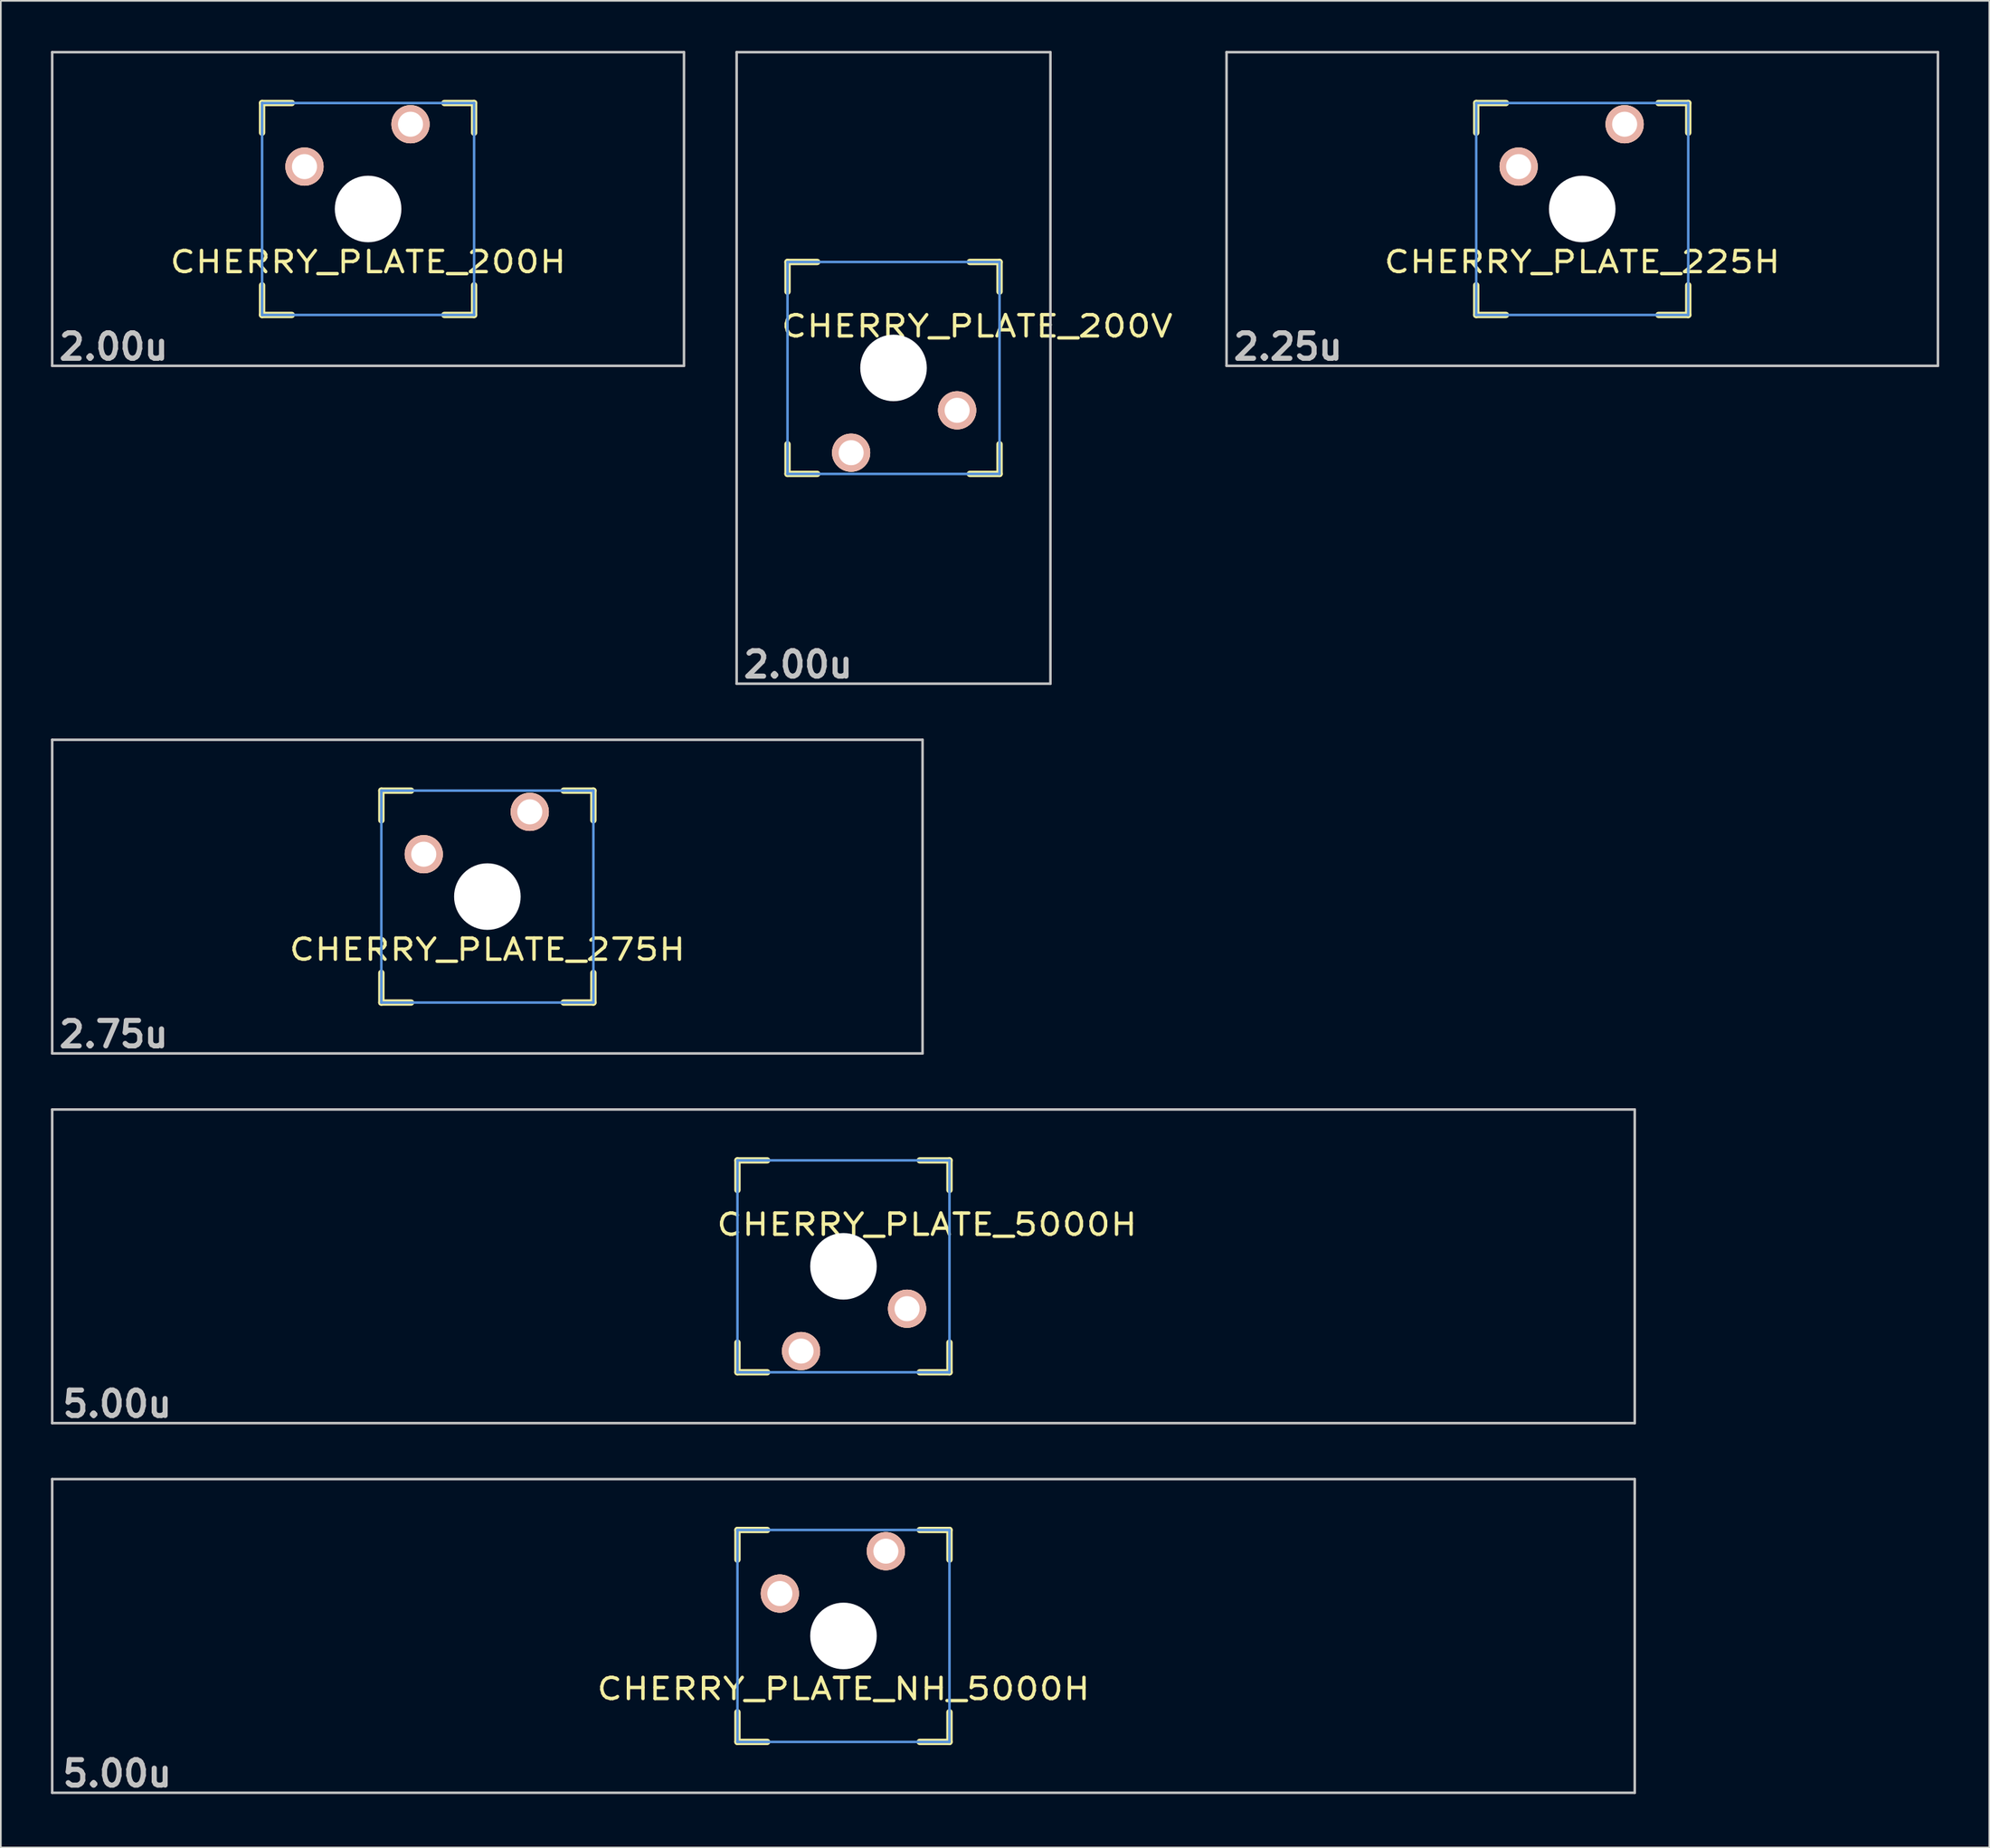
<source format=kicad_pcb>
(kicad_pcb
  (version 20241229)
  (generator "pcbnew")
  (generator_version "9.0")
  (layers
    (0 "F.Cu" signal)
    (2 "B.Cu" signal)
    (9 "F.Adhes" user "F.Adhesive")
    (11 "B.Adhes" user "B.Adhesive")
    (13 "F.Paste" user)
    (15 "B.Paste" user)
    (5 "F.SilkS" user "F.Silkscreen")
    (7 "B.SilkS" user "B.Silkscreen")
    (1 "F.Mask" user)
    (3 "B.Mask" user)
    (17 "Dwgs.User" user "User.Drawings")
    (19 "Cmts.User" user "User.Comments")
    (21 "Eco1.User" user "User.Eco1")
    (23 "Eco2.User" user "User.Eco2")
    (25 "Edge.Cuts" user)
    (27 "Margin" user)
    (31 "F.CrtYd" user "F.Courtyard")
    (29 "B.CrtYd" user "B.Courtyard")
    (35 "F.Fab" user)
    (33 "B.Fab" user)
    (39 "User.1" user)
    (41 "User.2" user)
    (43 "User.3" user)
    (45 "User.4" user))
  (footprint "CHERRY_PLATE_NH_5000H"
    (layer "F.Cu")
    (at 47.474 94.986)
    (property "Reference" "CHERRY_PLATE_NH_5000H" (at 0 3.175 0) (layer "F.SilkS") (effects (font (size 1.27 1.524) (thickness 0.203))))
    (attr through_hole)
    (fp_line (start -6.35 -6.35) (end -4.572 -6.35) (stroke (width 0.381) (type solid)) (layer "F.SilkS"))
    (fp_line (start -6.35 -4.572) (end -6.35 -6.35) (stroke (width 0.381) (type solid)) (layer "F.SilkS"))
    (fp_line (start -6.35 6.35) (end -6.35 4.572) (stroke (width 0.381) (type solid)) (layer "F.SilkS"))
    (fp_line (start -4.572 6.35) (end -6.35 6.35) (stroke (width 0.381) (type solid)) (layer "F.SilkS"))
    (fp_line (start 4.572 -6.35) (end 6.35 -6.35) (stroke (width 0.381) (type solid)) (layer "F.SilkS"))
    (fp_line (start 6.35 -6.35) (end 6.35 -4.572) (stroke (width 0.381) (type solid)) (layer "F.SilkS"))
    (fp_line (start 6.35 4.572) (end 6.35 6.35) (stroke (width 0.381) (type solid)) (layer "F.SilkS"))
    (fp_line (start 6.35 6.35) (end 4.572 6.35) (stroke (width 0.381) (type solid)) (layer "F.SilkS"))
    (fp_line (start -47.398 -9.398) (end 47.398 -9.398) (stroke (width 0.152) (type solid)) (layer "Dwgs.User"))
    (fp_line (start -47.398 9.398) (end -47.398 -9.398) (stroke (width 0.152) (type solid)) (layer "Dwgs.User"))
    (fp_line (start 47.398 -9.398) (end 47.398 9.398) (stroke (width 0.152) (type solid)) (layer "Dwgs.User"))
    (fp_line (start 47.398 9.398) (end -47.398 9.398) (stroke (width 0.152) (type solid)) (layer "Dwgs.User"))
    (fp_line (start -6.35 -6.35) (end 6.35 -6.35) (stroke (width 0.152) (type solid)) (layer "Cmts.User"))
    (fp_line (start -6.35 6.35) (end -6.35 -6.35) (stroke (width 0.152) (type solid)) (layer "Cmts.User"))
    (fp_line (start 6.35 -6.35) (end 6.35 6.35) (stroke (width 0.152) (type solid)) (layer "Cmts.User"))
    (fp_line (start 6.35 6.35) (end -6.35 6.35) (stroke (width 0.152) (type solid)) (layer "Cmts.User"))
    (fp_text user "5.00u" (at -43.5 8.25 0) (layer "Dwgs.User") (effects (font (size 1.524 1.524) (thickness 0.305))))
    (pad "" np_thru_hole circle (at 0 0) (size 3.988 3.988) (drill 3.988) (layers "*.Cu"))
    (pad "1" thru_hole circle (at 2.54 -5.08) (size 2.286 2.286) (drill 1.499) (layers "*.Cu" "*.SilkS" "*.Mask"))
    (pad "2" thru_hole circle (at -3.81 -2.54) (size 2.286 2.286) (drill 1.499) (layers "*.Cu" "*.SilkS" "*.Mask")))
  (footprint "CHERRY_PLATE_5000H"
    (layer "F.Cu")
    (at 47.474 72.836)
    (property "Reference" "CHERRY_PLATE_5000H" (at 5 -2.5 180) (layer "F.SilkS") (effects (font (size 1.27 1.524) (thickness 0.203))))
    (attr through_hole)
    (fp_line (start -6.35 -6.35) (end -4.572 -6.35) (stroke (width 0.381) (type solid)) (layer "F.SilkS"))
    (fp_line (start -6.35 -4.572) (end -6.35 -6.35) (stroke (width 0.381) (type solid)) (layer "F.SilkS"))
    (fp_line (start -6.35 6.35) (end -6.35 4.572) (stroke (width 0.381) (type solid)) (layer "F.SilkS"))
    (fp_line (start -4.572 6.35) (end -6.35 6.35) (stroke (width 0.381) (type solid)) (layer "F.SilkS"))
    (fp_line (start 4.572 -6.35) (end 6.35 -6.35) (stroke (width 0.381) (type solid)) (layer "F.SilkS"))
    (fp_line (start 6.35 -6.35) (end 6.35 -4.572) (stroke (width 0.381) (type solid)) (layer "F.SilkS"))
    (fp_line (start 6.35 4.572) (end 6.35 6.35) (stroke (width 0.381) (type solid)) (layer "F.SilkS"))
    (fp_line (start 6.35 6.35) (end 4.572 6.35) (stroke (width 0.381) (type solid)) (layer "F.SilkS"))
    (fp_line (start -47.398 -9.398) (end 47.398 -9.398) (stroke (width 0.152) (type solid)) (layer "Dwgs.User"))
    (fp_line (start -47.398 9.398) (end -47.398 -9.398) (stroke (width 0.152) (type solid)) (layer "Dwgs.User"))
    (fp_line (start 47.398 -9.398) (end 47.398 9.398) (stroke (width 0.152) (type solid)) (layer "Dwgs.User"))
    (fp_line (start 47.398 9.398) (end -47.398 9.398) (stroke (width 0.152) (type solid)) (layer "Dwgs.User"))
    (fp_line (start -6.35 -6.35) (end 6.35 -6.35) (stroke (width 0.152) (type solid)) (layer "Cmts.User"))
    (fp_line (start -6.35 6.35) (end -6.35 -6.35) (stroke (width 0.152) (type solid)) (layer "Cmts.User"))
    (fp_line (start 6.35 -6.35) (end 6.35 6.35) (stroke (width 0.152) (type solid)) (layer "Cmts.User"))
    (fp_line (start 6.35 6.35) (end -6.35 6.35) (stroke (width 0.152) (type solid)) (layer "Cmts.User"))
    (fp_text user "5.00u" (at -43.5 8.25 0) (layer "Dwgs.User") (effects (font (size 1.524 1.524) (thickness 0.305))))
    (pad "" np_thru_hole circle (at 0 0 180) (size 3.988 3.988) (drill 3.988) (layers "*.Cu"))
    (pad "1" thru_hole circle (at -2.54 5.08 180) (size 2.286 2.286) (drill 1.499) (layers "*.Cu" "*.SilkS" "*.Mask"))
    (pad "2" thru_hole circle (at 3.81 2.54 180) (size 2.286 2.286) (drill 1.499) (layers "*.Cu" "*.SilkS" "*.Mask")))
  (footprint "CHERRY_PLATE_200H"
    (layer "F.Cu")
    (at 18.999 9.474)
    (property "Reference" "CHERRY_PLATE_200H" (at 0 3.175 0) (layer "F.SilkS") (effects (font (size 1.27 1.524) (thickness 0.203))))
    (attr through_hole)
    (fp_line (start -6.35 -6.35) (end -4.572 -6.35) (stroke (width 0.381) (type solid)) (layer "F.SilkS"))
    (fp_line (start -6.35 -4.572) (end -6.35 -6.35) (stroke (width 0.381) (type solid)) (layer "F.SilkS"))
    (fp_line (start -6.35 6.35) (end -6.35 4.572) (stroke (width 0.381) (type solid)) (layer "F.SilkS"))
    (fp_line (start -4.572 6.35) (end -6.35 6.35) (stroke (width 0.381) (type solid)) (layer "F.SilkS"))
    (fp_line (start 4.572 -6.35) (end 6.35 -6.35) (stroke (width 0.381) (type solid)) (layer "F.SilkS"))
    (fp_line (start 6.35 -6.35) (end 6.35 -4.572) (stroke (width 0.381) (type solid)) (layer "F.SilkS"))
    (fp_line (start 6.35 4.572) (end 6.35 6.35) (stroke (width 0.381) (type solid)) (layer "F.SilkS"))
    (fp_line (start 6.35 6.35) (end 4.572 6.35) (stroke (width 0.381) (type solid)) (layer "F.SilkS"))
    (fp_line (start -18.923 -9.398) (end 18.923 -9.398) (stroke (width 0.152) (type solid)) (layer "Dwgs.User"))
    (fp_line (start -18.923 9.398) (end -18.923 -9.398) (stroke (width 0.152) (type solid)) (layer "Dwgs.User"))
    (fp_line (start 18.923 -9.398) (end 18.923 9.398) (stroke (width 0.152) (type solid)) (layer "Dwgs.User"))
    (fp_line (start 18.923 9.398) (end -18.923 9.398) (stroke (width 0.152) (type solid)) (layer "Dwgs.User"))
    (fp_line (start -6.35 -6.35) (end 6.35 -6.35) (stroke (width 0.152) (type solid)) (layer "Cmts.User"))
    (fp_line (start -6.35 6.35) (end -6.35 -6.35) (stroke (width 0.152) (type solid)) (layer "Cmts.User"))
    (fp_line (start 6.35 -6.35) (end 6.35 6.35) (stroke (width 0.152) (type solid)) (layer "Cmts.User"))
    (fp_line (start 6.35 6.35) (end -6.35 6.35) (stroke (width 0.152) (type solid)) (layer "Cmts.User"))
    (fp_text user "2.00u" (at -15.24 8.255 0) (layer "Dwgs.User") (effects (font (size 1.524 1.524) (thickness 0.305))))
    (pad "" np_thru_hole circle (at 0 0) (size 3.988 3.988) (drill 3.988) (layers "*.Cu"))
    (pad "1" thru_hole circle (at 2.54 -5.08) (size 2.286 2.286) (drill 1.499) (layers "*.Cu" "*.SilkS" "*.Mask"))
    (pad "2" thru_hole circle (at -3.81 -2.54) (size 2.286 2.286) (drill 1.499) (layers "*.Cu" "*.SilkS" "*.Mask")))
  (footprint "CHERRY_PLATE_200V"
    (layer "F.Cu")
    (at 50.473 18.999)
    (property "Reference" "CHERRY_PLATE_200V" (at 5 -2.5 0) (layer "F.SilkS") (effects (font (size 1.27 1.524) (thickness 0.203))))
    (attr through_hole)
    (fp_line (start -6.35 -6.35) (end -4.572 -6.35) (stroke (width 0.381) (type solid)) (layer "F.SilkS"))
    (fp_line (start -6.35 -4.572) (end -6.35 -6.35) (stroke (width 0.381) (type solid)) (layer "F.SilkS"))
    (fp_line (start -6.35 6.35) (end -6.35 4.572) (stroke (width 0.381) (type solid)) (layer "F.SilkS"))
    (fp_line (start -4.572 6.35) (end -6.35 6.35) (stroke (width 0.381) (type solid)) (layer "F.SilkS"))
    (fp_line (start 4.572 -6.35) (end 6.35 -6.35) (stroke (width 0.381) (type solid)) (layer "F.SilkS"))
    (fp_line (start 6.35 -6.35) (end 6.35 -4.572) (stroke (width 0.381) (type solid)) (layer "F.SilkS"))
    (fp_line (start 6.35 4.572) (end 6.35 6.35) (stroke (width 0.381) (type solid)) (layer "F.SilkS"))
    (fp_line (start 6.35 6.35) (end 4.572 6.35) (stroke (width 0.381) (type solid)) (layer "F.SilkS"))
    (fp_line (start -9.398 -18.923) (end 9.398 -18.923) (stroke (width 0.152) (type solid)) (layer "Dwgs.User"))
    (fp_line (start -9.398 18.923) (end -9.398 -18.923) (stroke (width 0.152) (type solid)) (layer "Dwgs.User"))
    (fp_line (start 9.398 -18.923) (end 9.398 18.923) (stroke (width 0.152) (type solid)) (layer "Dwgs.User"))
    (fp_line (start 9.398 18.923) (end -9.398 18.923) (stroke (width 0.152) (type solid)) (layer "Dwgs.User"))
    (fp_line (start -6.35 -6.35) (end 6.35 -6.35) (stroke (width 0.152) (type solid)) (layer "Cmts.User"))
    (fp_line (start -6.35 6.35) (end -6.35 -6.35) (stroke (width 0.152) (type solid)) (layer "Cmts.User"))
    (fp_line (start 6.35 -6.35) (end 6.35 6.35) (stroke (width 0.152) (type solid)) (layer "Cmts.User"))
    (fp_line (start 6.35 6.35) (end -6.35 6.35) (stroke (width 0.152) (type solid)) (layer "Cmts.User"))
    (fp_text user "2.00u" (at -5.715 17.78 0) (layer "Dwgs.User") (effects (font (size 1.524 1.524) (thickness 0.305))))
    (pad "" np_thru_hole circle (at 0 0 180) (size 3.988 3.988) (drill 3.988) (layers "*.Cu"))
    (pad "1" thru_hole circle (at -2.54 5.08 180) (size 2.286 2.286) (drill 1.499) (layers "*.Cu" "*.SilkS" "*.Mask"))
    (pad "2" thru_hole circle (at 3.81 2.54 180) (size 2.286 2.286) (drill 1.499) (layers "*.Cu" "*.SilkS" "*.Mask")))
  (footprint "CHERRY_PLATE_225H"
    (layer "F.Cu")
    (at 91.727 9.474)
    (property "Reference" "CHERRY_PLATE_225H" (at 0 3.175 0) (layer "F.SilkS") (effects (font (size 1.27 1.524) (thickness 0.203))))
    (attr through_hole)
    (fp_line (start -6.35 -6.35) (end -4.572 -6.35) (stroke (width 0.381) (type solid)) (layer "F.SilkS"))
    (fp_line (start -6.35 -4.572) (end -6.35 -6.35) (stroke (width 0.381) (type solid)) (layer "F.SilkS"))
    (fp_line (start -6.35 6.35) (end -6.35 4.572) (stroke (width 0.381) (type solid)) (layer "F.SilkS"))
    (fp_line (start -4.572 6.35) (end -6.35 6.35) (stroke (width 0.381) (type solid)) (layer "F.SilkS"))
    (fp_line (start 4.572 -6.35) (end 6.35 -6.35) (stroke (width 0.381) (type solid)) (layer "F.SilkS"))
    (fp_line (start 6.35 -6.35) (end 6.35 -4.572) (stroke (width 0.381) (type solid)) (layer "F.SilkS"))
    (fp_line (start 6.35 4.572) (end 6.35 6.35) (stroke (width 0.381) (type solid)) (layer "F.SilkS"))
    (fp_line (start 6.35 6.35) (end 4.572 6.35) (stroke (width 0.381) (type solid)) (layer "F.SilkS"))
    (fp_line (start -21.306 -9.398) (end 21.306 -9.398) (stroke (width 0.152) (type solid)) (layer "Dwgs.User"))
    (fp_line (start -21.306 9.398) (end -21.306 -9.398) (stroke (width 0.152) (type solid)) (layer "Dwgs.User"))
    (fp_line (start 21.306 -9.398) (end 21.306 9.398) (stroke (width 0.152) (type solid)) (layer "Dwgs.User"))
    (fp_line (start 21.306 9.398) (end -21.306 9.398) (stroke (width 0.152) (type solid)) (layer "Dwgs.User"))
    (fp_line (start -6.35 -6.35) (end 6.35 -6.35) (stroke (width 0.152) (type solid)) (layer "Cmts.User"))
    (fp_line (start -6.35 6.35) (end -6.35 -6.35) (stroke (width 0.152) (type solid)) (layer "Cmts.User"))
    (fp_line (start 6.35 -6.35) (end 6.35 6.35) (stroke (width 0.152) (type solid)) (layer "Cmts.User"))
    (fp_line (start 6.35 6.35) (end -6.35 6.35) (stroke (width 0.152) (type solid)) (layer "Cmts.User"))
    (fp_text user "2.25u" (at -17.623 8.255 0) (layer "Dwgs.User") (effects (font (size 1.524 1.524) (thickness 0.305))))
    (pad "" np_thru_hole circle (at 0 0) (size 3.988 3.988) (drill 3.988) (layers "*.Cu"))
    (pad "1" thru_hole circle (at 2.54 -5.08) (size 2.286 2.286) (drill 1.499) (layers "*.Cu" "*.SilkS" "*.Mask"))
    (pad "2" thru_hole circle (at -3.81 -2.54) (size 2.286 2.286) (drill 1.499) (layers "*.Cu" "*.SilkS" "*.Mask")))
  (footprint "CHERRY_PLATE_275H"
    (layer "F.Cu")
    (at 26.144 50.68)
    (property "Reference" "CHERRY_PLATE_275H" (at 0 3.175 0) (layer "F.SilkS") (effects (font (size 1.27 1.524) (thickness 0.203))))
    (attr through_hole)
    (fp_line (start -6.35 -6.35) (end -4.572 -6.35) (stroke (width 0.381) (type solid)) (layer "F.SilkS"))
    (fp_line (start -6.35 -4.572) (end -6.35 -6.35) (stroke (width 0.381) (type solid)) (layer "F.SilkS"))
    (fp_line (start -6.35 6.35) (end -6.35 4.572) (stroke (width 0.381) (type solid)) (layer "F.SilkS"))
    (fp_line (start -4.572 6.35) (end -6.35 6.35) (stroke (width 0.381) (type solid)) (layer "F.SilkS"))
    (fp_line (start 4.572 -6.35) (end 6.35 -6.35) (stroke (width 0.381) (type solid)) (layer "F.SilkS"))
    (fp_line (start 6.35 -6.35) (end 6.35 -4.572) (stroke (width 0.381) (type solid)) (layer "F.SilkS"))
    (fp_line (start 6.35 4.572) (end 6.35 6.35) (stroke (width 0.381) (type solid)) (layer "F.SilkS"))
    (fp_line (start 6.35 6.35) (end 4.572 6.35) (stroke (width 0.381) (type solid)) (layer "F.SilkS"))
    (fp_line (start -26.068 -9.398) (end 26.068 -9.398) (stroke (width 0.152) (type solid)) (layer "Dwgs.User"))
    (fp_line (start -26.068 9.398) (end -26.068 -9.398) (stroke (width 0.152) (type solid)) (layer "Dwgs.User"))
    (fp_line (start 26.068 -9.398) (end 26.068 9.398) (stroke (width 0.152) (type solid)) (layer "Dwgs.User"))
    (fp_line (start 26.068 9.398) (end -26.068 9.398) (stroke (width 0.152) (type solid)) (layer "Dwgs.User"))
    (fp_line (start -6.35 -6.35) (end 6.35 -6.35) (stroke (width 0.152) (type solid)) (layer "Cmts.User"))
    (fp_line (start -6.35 6.35) (end -6.35 -6.35) (stroke (width 0.152) (type solid)) (layer "Cmts.User"))
    (fp_line (start 6.35 -6.35) (end 6.35 6.35) (stroke (width 0.152) (type solid)) (layer "Cmts.User"))
    (fp_line (start 6.35 6.35) (end -6.35 6.35) (stroke (width 0.152) (type solid)) (layer "Cmts.User"))
    (fp_text user "2.75u" (at -22.385 8.255 0) (layer "Dwgs.User") (effects (font (size 1.524 1.524) (thickness 0.305))))
    (pad "" np_thru_hole circle (at 0 0) (size 3.988 3.988) (drill 3.988) (layers "*.Cu"))
    (pad "1" thru_hole circle (at 2.54 -5.08) (size 2.286 2.286) (drill 1.499) (layers "*.Cu" "*.SilkS" "*.Mask"))
    (pad "2" thru_hole circle (at -3.81 -2.54) (size 2.286 2.286) (drill 1.499) (layers "*.Cu" "*.SilkS" "*.Mask")))
  (gr_rect
    (start -3 -3)
    (end 116.109 107.663)
    (stroke (width 0.1) (type default))
    (fill no)
    (layer "Edge.Cuts")))
</source>
